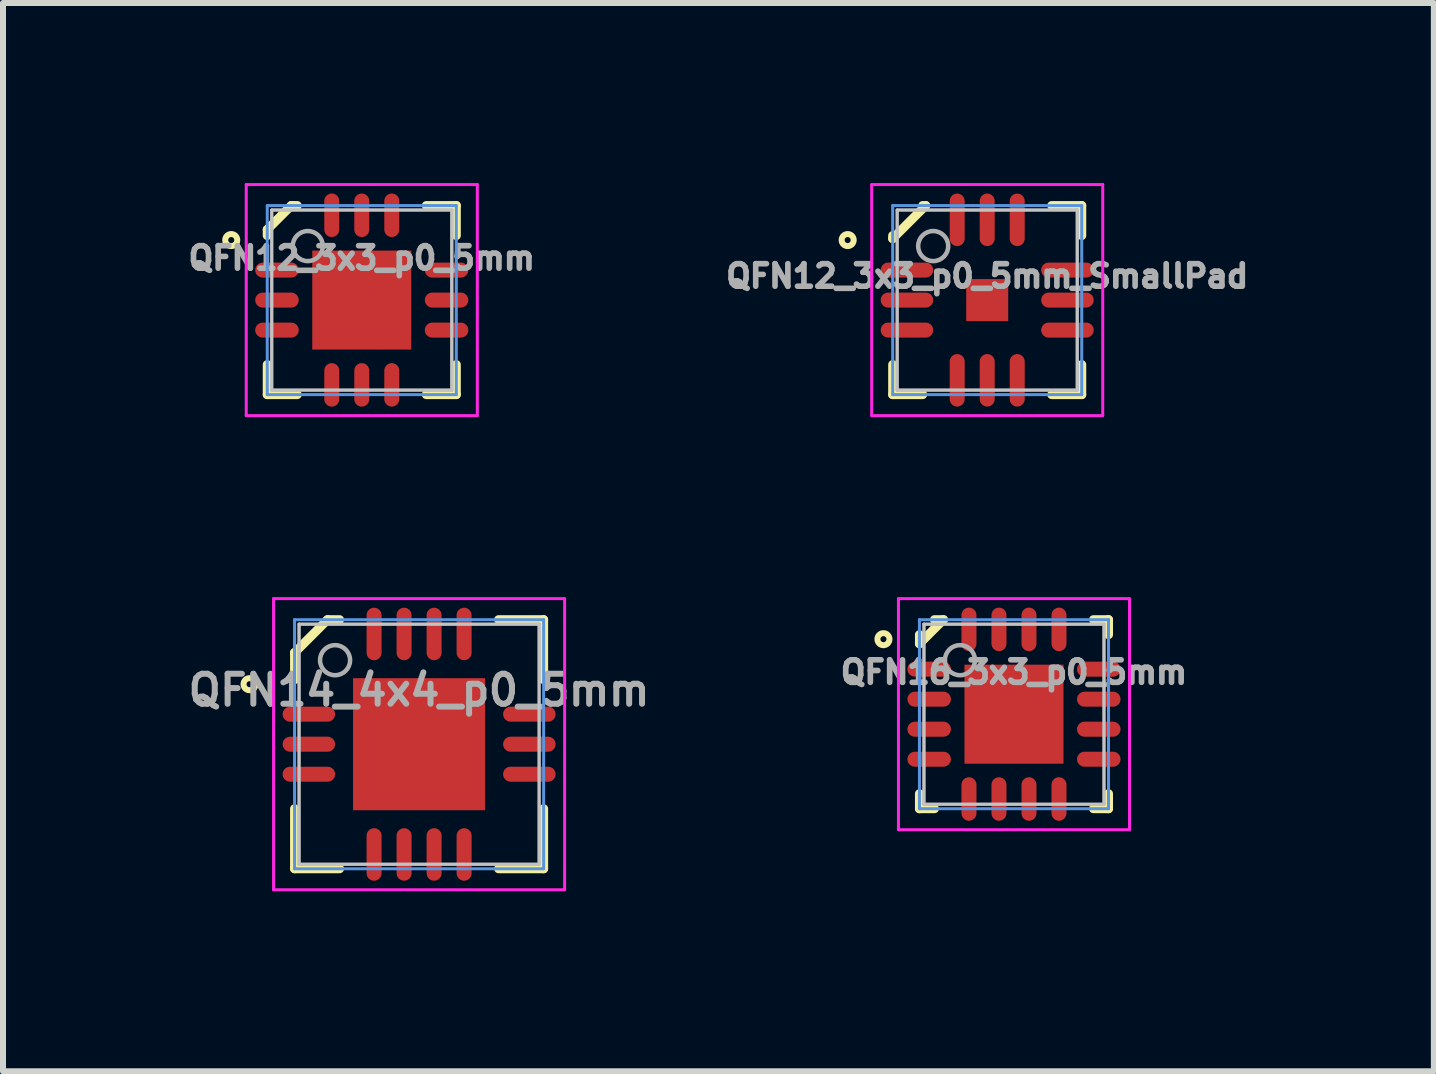
<source format=kicad_pcb>
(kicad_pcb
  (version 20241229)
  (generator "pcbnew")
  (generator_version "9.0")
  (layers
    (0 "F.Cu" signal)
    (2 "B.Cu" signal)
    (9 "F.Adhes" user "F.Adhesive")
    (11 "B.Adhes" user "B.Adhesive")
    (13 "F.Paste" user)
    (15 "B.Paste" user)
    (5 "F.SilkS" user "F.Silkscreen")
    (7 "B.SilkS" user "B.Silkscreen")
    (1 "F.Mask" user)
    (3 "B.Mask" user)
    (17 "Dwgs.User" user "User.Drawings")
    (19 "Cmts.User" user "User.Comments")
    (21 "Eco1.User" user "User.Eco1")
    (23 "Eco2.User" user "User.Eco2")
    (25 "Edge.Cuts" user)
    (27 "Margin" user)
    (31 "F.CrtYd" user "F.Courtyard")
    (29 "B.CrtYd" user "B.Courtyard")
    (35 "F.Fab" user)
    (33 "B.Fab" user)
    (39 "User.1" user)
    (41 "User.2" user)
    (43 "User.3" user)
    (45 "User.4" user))
  (footprint "QFN12_3x3_p0_5mm"
    (layer "F.Cu")
    (at 2.978 1.95)
    (property "Reference" "QFN12_3x3_p0_5mm" (at 0 -0.7 0) (layer "F.Fab") (effects (font (size 0.375 0.375) (thickness 0.1))))
    (attr through_hole)
    (fp_line (start -1.575 -1.175) (end -1.575 -1.075) (stroke (width 0.15) (type solid)) (layer "F.SilkS"))
    (fp_line (start -1.575 -1.175) (end -1.175 -1.575) (stroke (width 0.15) (type solid)) (layer "F.SilkS"))
    (fp_line (start -1.575 1.575) (end -1.575 1.075) (stroke (width 0.15) (type solid)) (layer "F.SilkS"))
    (fp_line (start -1.575 1.575) (end -1.075 1.575) (stroke (width 0.15) (type solid)) (layer "F.SilkS"))
    (fp_line (start -1.075 -1.575) (end -1.175 -1.575) (stroke (width 0.15) (type solid)) (layer "F.SilkS"))
    (fp_line (start 1.575 -1.575) (end 1.075 -1.575) (stroke (width 0.15) (type solid)) (layer "F.SilkS"))
    (fp_line (start 1.575 -1.575) (end 1.575 -1.075) (stroke (width 0.15) (type solid)) (layer "F.SilkS"))
    (fp_line (start 1.575 1.575) (end 1.075 1.575) (stroke (width 0.15) (type solid)) (layer "F.SilkS"))
    (fp_line (start 1.575 1.575) (end 1.575 1.075) (stroke (width 0.15) (type solid)) (layer "F.SilkS"))
    (fp_circle (center -2.175 -1) (end -2.104 -0.929) (stroke (width 0.1) (type solid)) (fill no) (layer "F.SilkS"))
    (fp_line (start -1.5 -1.5) (end -1.5 1.5) (stroke (width 0.05) (type solid)) (layer "Dwgs.User"))
    (fp_line (start -1.5 -1.5) (end 1.5 -1.5) (stroke (width 0.05) (type solid)) (layer "Dwgs.User"))
    (fp_line (start -1.5 1.5) (end 1.5 1.5) (stroke (width 0.05) (type solid)) (layer "Dwgs.User"))
    (fp_line (start 1.5 -1.5) (end 1.5 1.5) (stroke (width 0.05) (type solid)) (layer "Dwgs.User"))
    (fp_line (start -1.575 -1.575) (end -1.575 1.575) (stroke (width 0.05) (type solid)) (layer "Cmts.User"))
    (fp_line (start -1.575 -1.575) (end 1.575 -1.575) (stroke (width 0.05) (type solid)) (layer "Cmts.User"))
    (fp_line (start -1.575 1.575) (end 1.575 1.575) (stroke (width 0.05) (type solid)) (layer "Cmts.User"))
    (fp_line (start 1.575 -1.575) (end 1.575 1.575) (stroke (width 0.05) (type solid)) (layer "Cmts.User"))
    (fp_line (start -1.425 -1.425) (end -1.425 1.425) (stroke (width 0.05) (type solid)) (layer "Eco1.User"))
    (fp_line (start -1.425 -1.425) (end 1.425 -1.425) (stroke (width 0.05) (type solid)) (layer "Eco1.User"))
    (fp_line (start -1.425 1.425) (end 1.425 1.425) (stroke (width 0.05) (type solid)) (layer "Eco1.User"))
    (fp_line (start 1.425 -1.425) (end 1.425 1.425) (stroke (width 0.05) (type solid)) (layer "Eco1.User"))
    (fp_line (start -1.925 -1.925) (end -1.925 1.925) (stroke (width 0.05) (type solid)) (layer "F.CrtYd"))
    (fp_line (start -1.925 -1.925) (end 1.925 -1.925) (stroke (width 0.05) (type solid)) (layer "F.CrtYd"))
    (fp_line (start -1.925 1.925) (end 1.925 1.925) (stroke (width 0.05) (type solid)) (layer "F.CrtYd"))
    (fp_line (start 1.925 -1.925) (end 1.925 1.925) (stroke (width 0.05) (type solid)) (layer "F.CrtYd"))
    (fp_line (start -1.5 -1.5) (end -1.5 1.5) (stroke (width 0.05) (type solid)) (layer "F.Fab"))
    (fp_line (start -1.5 -1.5) (end 1.5 -1.5) (stroke (width 0.05) (type solid)) (layer "F.Fab"))
    (fp_line (start -1.5 1.5) (end 1.5 1.5) (stroke (width 0.05) (type solid)) (layer "F.Fab"))
    (fp_line (start 1.5 -1.5) (end 1.5 1.5) (stroke (width 0.05) (type solid)) (layer "F.Fab"))
    (fp_circle (center -0.9 -0.9) (end -0.723 -0.723) (stroke (width 0.075) (type solid)) (fill no) (layer "F.Fab"))
    (pad "1" smd oval (at -1.413 -0.5 180) (size 0.725 0.25) (layers "F.Cu" "F.Mask" "F.Paste"))
    (pad "2" smd oval (at -1.413 0 180) (size 0.725 0.25) (layers "F.Cu" "F.Mask" "F.Paste"))
    (pad "3" smd oval (at -1.413 0.5 180) (size 0.725 0.25) (layers "F.Cu" "F.Mask" "F.Paste"))
    (pad "4" smd oval (at -0.5 1.413 270) (size 0.725 0.25) (layers "F.Cu" "F.Mask" "F.Paste"))
    (pad "5" smd oval (at 0 1.413 270) (size 0.725 0.25) (layers "F.Cu" "F.Mask" "F.Paste"))
    (pad "6" smd oval (at 0.5 1.413 270) (size 0.725 0.25) (layers "F.Cu" "F.Mask" "F.Paste"))
    (pad "7" smd oval (at 1.413 0.5) (size 0.725 0.25) (layers "F.Cu" "F.Mask" "F.Paste"))
    (pad "8" smd oval (at 1.413 0) (size 0.725 0.25) (layers "F.Cu" "F.Mask" "F.Paste"))
    (pad "9" smd oval (at 1.413 -0.5) (size 0.725 0.25) (layers "F.Cu" "F.Mask" "F.Paste"))
    (pad "10" smd oval (at 0.5 -1.413 90) (size 0.725 0.25) (layers "F.Cu" "F.Mask" "F.Paste"))
    (pad "11" smd oval (at 0 -1.413 90) (size 0.725 0.25) (layers "F.Cu" "F.Mask" "F.Paste"))
    (pad "12" smd oval (at -0.5 -1.413 90) (size 0.725 0.25) (layers "F.Cu" "F.Mask" "F.Paste"))
    (pad "13" smd rect (at 0 0) (size 1.65 1.65) (layers "F.Cu" "F.Mask" "F.Paste")))
  (footprint "QFN12_3x3_p0_5mm_SmallPad"
    (layer "F.Cu")
    (at 13.399 1.95)
    (property "Reference" "QFN12_3x3_p0_5mm_SmallPad" (at 0 -0.4 0) (layer "F.Fab") (effects (font (size 0.375 0.375) (thickness 0.1))))
    (attr through_hole)
    (fp_line (start -1.575 -1.025) (end -1.575 -1.075) (stroke (width 0.15) (type solid)) (layer "F.SilkS"))
    (fp_line (start -1.575 -1.025) (end -1.025 -1.575) (stroke (width 0.15) (type solid)) (layer "F.SilkS"))
    (fp_line (start -1.575 1.575) (end -1.575 1.075) (stroke (width 0.15) (type solid)) (layer "F.SilkS"))
    (fp_line (start -1.575 1.575) (end -1.075 1.575) (stroke (width 0.15) (type solid)) (layer "F.SilkS"))
    (fp_line (start -1.075 -1.575) (end -1.025 -1.575) (stroke (width 0.15) (type solid)) (layer "F.SilkS"))
    (fp_line (start 1.575 -1.575) (end 1.075 -1.575) (stroke (width 0.15) (type solid)) (layer "F.SilkS"))
    (fp_line (start 1.575 -1.575) (end 1.575 -1.075) (stroke (width 0.15) (type solid)) (layer "F.SilkS"))
    (fp_line (start 1.575 1.575) (end 1.075 1.575) (stroke (width 0.15) (type solid)) (layer "F.SilkS"))
    (fp_line (start 1.575 1.575) (end 1.575 1.075) (stroke (width 0.15) (type solid)) (layer "F.SilkS"))
    (fp_circle (center -2.325 -1) (end -2.254 -0.929) (stroke (width 0.1) (type solid)) (fill no) (layer "F.SilkS"))
    (fp_line (start -1.5 -1.5) (end -1.5 1.5) (stroke (width 0.05) (type solid)) (layer "Dwgs.User"))
    (fp_line (start -1.5 -1.5) (end 1.5 -1.5) (stroke (width 0.05) (type solid)) (layer "Dwgs.User"))
    (fp_line (start -1.5 1.5) (end 1.5 1.5) (stroke (width 0.05) (type solid)) (layer "Dwgs.User"))
    (fp_line (start 1.5 -1.5) (end 1.5 1.5) (stroke (width 0.05) (type solid)) (layer "Dwgs.User"))
    (fp_line (start -1.575 -1.575) (end -1.575 1.575) (stroke (width 0.05) (type solid)) (layer "Cmts.User"))
    (fp_line (start -1.575 -1.575) (end 1.575 -1.575) (stroke (width 0.05) (type solid)) (layer "Cmts.User"))
    (fp_line (start -1.575 1.575) (end 1.575 1.575) (stroke (width 0.05) (type solid)) (layer "Cmts.User"))
    (fp_line (start 1.575 -1.575) (end 1.575 1.575) (stroke (width 0.05) (type solid)) (layer "Cmts.User"))
    (fp_line (start -1.425 -1.425) (end -1.425 1.425) (stroke (width 0.05) (type solid)) (layer "Eco1.User"))
    (fp_line (start -1.425 -1.425) (end 1.425 -1.425) (stroke (width 0.05) (type solid)) (layer "Eco1.User"))
    (fp_line (start -1.425 1.425) (end 1.425 1.425) (stroke (width 0.05) (type solid)) (layer "Eco1.User"))
    (fp_line (start 1.425 -1.425) (end 1.425 1.425) (stroke (width 0.05) (type solid)) (layer "Eco1.User"))
    (fp_line (start -1.925 -1.925) (end -1.925 1.925) (stroke (width 0.05) (type solid)) (layer "F.CrtYd"))
    (fp_line (start -1.925 -1.925) (end 1.925 -1.925) (stroke (width 0.05) (type solid)) (layer "F.CrtYd"))
    (fp_line (start -1.925 1.925) (end 1.925 1.925) (stroke (width 0.05) (type solid)) (layer "F.CrtYd"))
    (fp_line (start 1.925 -1.925) (end 1.925 1.925) (stroke (width 0.05) (type solid)) (layer "F.CrtYd"))
    (fp_line (start -1.5 -1.5) (end -1.5 1.5) (stroke (width 0.05) (type solid)) (layer "F.Fab"))
    (fp_line (start -1.5 -1.5) (end 1.5 -1.5) (stroke (width 0.05) (type solid)) (layer "F.Fab"))
    (fp_line (start -1.5 1.5) (end 1.5 1.5) (stroke (width 0.05) (type solid)) (layer "F.Fab"))
    (fp_line (start 1.5 -1.5) (end 1.5 1.5) (stroke (width 0.05) (type solid)) (layer "F.Fab"))
    (fp_circle (center -0.9 -0.9) (end -0.723 -0.723) (stroke (width 0.075) (type solid)) (fill no) (layer "F.Fab"))
    (pad "1" smd oval (at -1.337 -0.5 180) (size 0.875 0.25) (layers "F.Cu" "F.Mask" "F.Paste"))
    (pad "2" smd oval (at -1.337 0 180) (size 0.875 0.25) (layers "F.Cu" "F.Mask" "F.Paste"))
    (pad "3" smd oval (at -1.337 0.5 180) (size 0.875 0.25) (layers "F.Cu" "F.Mask" "F.Paste"))
    (pad "4" smd oval (at -0.5 1.337 270) (size 0.875 0.25) (layers "F.Cu" "F.Mask" "F.Paste"))
    (pad "5" smd oval (at 0 1.337 270) (size 0.875 0.25) (layers "F.Cu" "F.Mask" "F.Paste"))
    (pad "6" smd oval (at 0.5 1.337 270) (size 0.875 0.25) (layers "F.Cu" "F.Mask" "F.Paste"))
    (pad "7" smd oval (at 1.337 0.5) (size 0.875 0.25) (layers "F.Cu" "F.Mask" "F.Paste"))
    (pad "8" smd oval (at 1.337 0) (size 0.875 0.25) (layers "F.Cu" "F.Mask" "F.Paste"))
    (pad "9" smd oval (at 1.337 -0.5) (size 0.875 0.25) (layers "F.Cu" "F.Mask" "F.Paste"))
    (pad "10" smd oval (at 0.5 -1.337 90) (size 0.875 0.25) (layers "F.Cu" "F.Mask" "F.Paste"))
    (pad "11" smd oval (at 0 -1.337 90) (size 0.875 0.25) (layers "F.Cu" "F.Mask" "F.Paste"))
    (pad "12" smd oval (at -0.5 -1.337 90) (size 0.875 0.25) (layers "F.Cu" "F.Mask" "F.Paste"))
    (pad "13" smd rect (at 0 0) (size 0.7 0.7) (layers "F.Cu" "F.Mask" "F.Paste")))
  (footprint "QFN14_4x4_p0_5mm"
    (layer "F.Cu")
    (at 3.933 9.35)
    (property "Reference" "QFN14_4x4_p0_5mm" (at 0 -0.9 0) (layer "F.Fab") (effects (font (size 0.5 0.5) (thickness 0.1))))
    (attr through_hole)
    (fp_line (start -2.075 -1.525) (end -2.075 -1.075) (stroke (width 0.15) (type solid)) (layer "F.SilkS"))
    (fp_line (start -2.075 -1.525) (end -1.525 -2.075) (stroke (width 0.15) (type solid)) (layer "F.SilkS"))
    (fp_line (start -2.075 2.075) (end -2.075 1.075) (stroke (width 0.15) (type solid)) (layer "F.SilkS"))
    (fp_line (start -2.075 2.075) (end -1.325 2.075) (stroke (width 0.15) (type solid)) (layer "F.SilkS"))
    (fp_line (start -1.325 -2.075) (end -1.525 -2.075) (stroke (width 0.15) (type solid)) (layer "F.SilkS"))
    (fp_line (start 2.075 -2.075) (end 1.325 -2.075) (stroke (width 0.15) (type solid)) (layer "F.SilkS"))
    (fp_line (start 2.075 -2.075) (end 2.075 -1.075) (stroke (width 0.15) (type solid)) (layer "F.SilkS"))
    (fp_line (start 2.075 2.075) (end 1.325 2.075) (stroke (width 0.15) (type solid)) (layer "F.SilkS"))
    (fp_line (start 2.075 2.075) (end 2.075 1.075) (stroke (width 0.15) (type solid)) (layer "F.SilkS"))
    (fp_circle (center -2.825 -1) (end -2.754 -0.929) (stroke (width 0.1) (type solid)) (fill no) (layer "F.SilkS"))
    (fp_line (start -2 -2) (end -2 2) (stroke (width 0.05) (type solid)) (layer "Dwgs.User"))
    (fp_line (start -2 -2) (end 2 -2) (stroke (width 0.05) (type solid)) (layer "Dwgs.User"))
    (fp_line (start -2 2) (end 2 2) (stroke (width 0.05) (type solid)) (layer "Dwgs.User"))
    (fp_line (start 2 -2) (end 2 2) (stroke (width 0.05) (type solid)) (layer "Dwgs.User"))
    (fp_line (start -2.075 -2.075) (end -2.075 2.075) (stroke (width 0.05) (type solid)) (layer "Cmts.User"))
    (fp_line (start -2.075 -2.075) (end 2.075 -2.075) (stroke (width 0.05) (type solid)) (layer "Cmts.User"))
    (fp_line (start -2.075 2.075) (end 2.075 2.075) (stroke (width 0.05) (type solid)) (layer "Cmts.User"))
    (fp_line (start 2.075 -2.075) (end 2.075 2.075) (stroke (width 0.05) (type solid)) (layer "Cmts.User"))
    (fp_line (start -1.925 -1.925) (end -1.925 1.925) (stroke (width 0.05) (type solid)) (layer "Eco1.User"))
    (fp_line (start -1.925 -1.925) (end 1.925 -1.925) (stroke (width 0.05) (type solid)) (layer "Eco1.User"))
    (fp_line (start -1.925 1.925) (end 1.925 1.925) (stroke (width 0.05) (type solid)) (layer "Eco1.User"))
    (fp_line (start 1.925 -1.925) (end 1.925 1.925) (stroke (width 0.05) (type solid)) (layer "Eco1.User"))
    (fp_line (start -2.425 -2.425) (end -2.425 2.425) (stroke (width 0.05) (type solid)) (layer "F.CrtYd"))
    (fp_line (start -2.425 -2.425) (end 2.425 -2.425) (stroke (width 0.05) (type solid)) (layer "F.CrtYd"))
    (fp_line (start -2.425 2.425) (end 2.425 2.425) (stroke (width 0.05) (type solid)) (layer "F.CrtYd"))
    (fp_line (start 2.425 -2.425) (end 2.425 2.425) (stroke (width 0.05) (type solid)) (layer "F.CrtYd"))
    (fp_line (start -2 -2) (end -2 2) (stroke (width 0.05) (type solid)) (layer "F.Fab"))
    (fp_line (start -2 -2) (end 2 -2) (stroke (width 0.05) (type solid)) (layer "F.Fab"))
    (fp_line (start -2 2) (end 2 2) (stroke (width 0.05) (type solid)) (layer "F.Fab"))
    (fp_line (start 2 -2) (end 2 2) (stroke (width 0.05) (type solid)) (layer "F.Fab"))
    (fp_circle (center -1.4 -1.4) (end -1.223 -1.223) (stroke (width 0.075) (type solid)) (fill no) (layer "F.Fab"))
    (pad "1" smd oval (at -1.837 -0.5 180) (size 0.875 0.25) (layers "F.Cu" "F.Mask" "F.Paste"))
    (pad "2" smd oval (at -1.837 0 180) (size 0.875 0.25) (layers "F.Cu" "F.Mask" "F.Paste"))
    (pad "3" smd oval (at -1.837 0.5 180) (size 0.875 0.25) (layers "F.Cu" "F.Mask" "F.Paste"))
    (pad "4" smd oval (at -0.75 1.837 270) (size 0.875 0.25) (layers "F.Cu" "F.Mask" "F.Paste"))
    (pad "5" smd oval (at -0.25 1.837 270) (size 0.875 0.25) (layers "F.Cu" "F.Mask" "F.Paste"))
    (pad "6" smd oval (at 0.25 1.837 270) (size 0.875 0.25) (layers "F.Cu" "F.Mask" "F.Paste"))
    (pad "7" smd oval (at 0.75 1.837 270) (size 0.875 0.25) (layers "F.Cu" "F.Mask" "F.Paste"))
    (pad "8" smd oval (at 1.837 0.5) (size 0.875 0.25) (layers "F.Cu" "F.Mask" "F.Paste"))
    (pad "9" smd oval (at 1.837 0) (size 0.875 0.25) (layers "F.Cu" "F.Mask" "F.Paste"))
    (pad "10" smd oval (at 1.837 -0.5) (size 0.875 0.25) (layers "F.Cu" "F.Mask" "F.Paste"))
    (pad "11" smd oval (at 0.75 -1.837 90) (size 0.875 0.25) (layers "F.Cu" "F.Mask" "F.Paste"))
    (pad "12" smd oval (at 0.25 -1.837 90) (size 0.875 0.25) (layers "F.Cu" "F.Mask" "F.Paste"))
    (pad "13" smd oval (at -0.25 -1.837 90) (size 0.875 0.25) (layers "F.Cu" "F.Mask" "F.Paste"))
    (pad "14" smd oval (at -0.75 -1.837 90) (size 0.875 0.25) (layers "F.Cu" "F.Mask" "F.Paste"))
    (pad "15" smd rect (at 0 0) (size 2.2 2.2) (layers "F.Cu" "F.Mask" "F.Paste")))
  (footprint "QFN16_3x3_p0_5mm"
    (layer "F.Cu")
    (at 13.845 8.85)
    (property "Reference" "QFN16_3x3_p0_5mm" (at 0 -0.7 0) (layer "F.Fab") (effects (font (size 0.375 0.375) (thickness 0.1))))
    (attr through_hole)
    (fp_line (start -1.575 -1.175) (end -1.575 -1.325) (stroke (width 0.15) (type solid)) (layer "F.SilkS"))
    (fp_line (start -1.575 -1.175) (end -1.175 -1.575) (stroke (width 0.15) (type solid)) (layer "F.SilkS"))
    (fp_line (start -1.575 1.575) (end -1.575 1.325) (stroke (width 0.15) (type solid)) (layer "F.SilkS"))
    (fp_line (start -1.575 1.575) (end -1.325 1.575) (stroke (width 0.15) (type solid)) (layer "F.SilkS"))
    (fp_line (start -1.325 -1.575) (end -1.175 -1.575) (stroke (width 0.15) (type solid)) (layer "F.SilkS"))
    (fp_line (start 1.575 -1.575) (end 1.325 -1.575) (stroke (width 0.15) (type solid)) (layer "F.SilkS"))
    (fp_line (start 1.575 -1.575) (end 1.575 -1.325) (stroke (width 0.15) (type solid)) (layer "F.SilkS"))
    (fp_line (start 1.575 1.575) (end 1.325 1.575) (stroke (width 0.15) (type solid)) (layer "F.SilkS"))
    (fp_line (start 1.575 1.575) (end 1.575 1.325) (stroke (width 0.15) (type solid)) (layer "F.SilkS"))
    (fp_circle (center -2.175 -1.25) (end -2.104 -1.179) (stroke (width 0.1) (type solid)) (fill no) (layer "F.SilkS"))
    (fp_line (start -1.5 -1.5) (end -1.5 1.5) (stroke (width 0.05) (type solid)) (layer "Dwgs.User"))
    (fp_line (start -1.5 -1.5) (end 1.5 -1.5) (stroke (width 0.05) (type solid)) (layer "Dwgs.User"))
    (fp_line (start -1.5 1.5) (end 1.5 1.5) (stroke (width 0.05) (type solid)) (layer "Dwgs.User"))
    (fp_line (start 1.5 -1.5) (end 1.5 1.5) (stroke (width 0.05) (type solid)) (layer "Dwgs.User"))
    (fp_line (start -1.575 -1.575) (end -1.575 1.575) (stroke (width 0.05) (type solid)) (layer "Cmts.User"))
    (fp_line (start -1.575 -1.575) (end 1.575 -1.575) (stroke (width 0.05) (type solid)) (layer "Cmts.User"))
    (fp_line (start -1.575 1.575) (end 1.575 1.575) (stroke (width 0.05) (type solid)) (layer "Cmts.User"))
    (fp_line (start 1.575 -1.575) (end 1.575 1.575) (stroke (width 0.05) (type solid)) (layer "Cmts.User"))
    (fp_line (start -1.425 -1.425) (end -1.425 1.425) (stroke (width 0.05) (type solid)) (layer "Eco1.User"))
    (fp_line (start -1.425 -1.425) (end 1.425 -1.425) (stroke (width 0.05) (type solid)) (layer "Eco1.User"))
    (fp_line (start -1.425 1.425) (end 1.425 1.425) (stroke (width 0.05) (type solid)) (layer "Eco1.User"))
    (fp_line (start 1.425 -1.425) (end 1.425 1.425) (stroke (width 0.05) (type solid)) (layer "Eco1.User"))
    (fp_line (start -1.925 -1.925) (end -1.925 1.925) (stroke (width 0.05) (type solid)) (layer "F.CrtYd"))
    (fp_line (start -1.925 -1.925) (end 1.925 -1.925) (stroke (width 0.05) (type solid)) (layer "F.CrtYd"))
    (fp_line (start -1.925 1.925) (end 1.925 1.925) (stroke (width 0.05) (type solid)) (layer "F.CrtYd"))
    (fp_line (start 1.925 -1.925) (end 1.925 1.925) (stroke (width 0.05) (type solid)) (layer "F.CrtYd"))
    (fp_line (start -1.5 -1.5) (end -1.5 1.5) (stroke (width 0.05) (type solid)) (layer "F.Fab"))
    (fp_line (start -1.5 -1.5) (end 1.5 -1.5) (stroke (width 0.05) (type solid)) (layer "F.Fab"))
    (fp_line (start -1.5 1.5) (end 1.5 1.5) (stroke (width 0.05) (type solid)) (layer "F.Fab"))
    (fp_line (start 1.5 -1.5) (end 1.5 1.5) (stroke (width 0.05) (type solid)) (layer "F.Fab"))
    (fp_circle (center -0.9 -0.9) (end -0.723 -0.723) (stroke (width 0.075) (type solid)) (fill no) (layer "F.Fab"))
    (pad "1" smd oval (at -1.413 -0.75 180) (size 0.725 0.25) (layers "F.Cu" "F.Mask" "F.Paste"))
    (pad "2" smd oval (at -1.413 -0.25 180) (size 0.725 0.25) (layers "F.Cu" "F.Mask" "F.Paste"))
    (pad "3" smd oval (at -1.413 0.25 180) (size 0.725 0.25) (layers "F.Cu" "F.Mask" "F.Paste"))
    (pad "4" smd oval (at -1.413 0.75 180) (size 0.725 0.25) (layers "F.Cu" "F.Mask" "F.Paste"))
    (pad "5" smd oval (at -0.75 1.413 270) (size 0.725 0.25) (layers "F.Cu" "F.Mask" "F.Paste"))
    (pad "6" smd oval (at -0.25 1.413 270) (size 0.725 0.25) (layers "F.Cu" "F.Mask" "F.Paste"))
    (pad "7" smd oval (at 0.25 1.413 270) (size 0.725 0.25) (layers "F.Cu" "F.Mask" "F.Paste"))
    (pad "8" smd oval (at 0.75 1.413 270) (size 0.725 0.25) (layers "F.Cu" "F.Mask" "F.Paste"))
    (pad "9" smd oval (at 1.413 0.75) (size 0.725 0.25) (layers "F.Cu" "F.Mask" "F.Paste"))
    (pad "10" smd oval (at 1.413 0.25) (size 0.725 0.25) (layers "F.Cu" "F.Mask" "F.Paste"))
    (pad "11" smd oval (at 1.413 -0.25) (size 0.725 0.25) (layers "F.Cu" "F.Mask" "F.Paste"))
    (pad "12" smd oval (at 1.413 -0.75) (size 0.725 0.25) (layers "F.Cu" "F.Mask" "F.Paste"))
    (pad "13" smd oval (at 0.75 -1.413 90) (size 0.725 0.25) (layers "F.Cu" "F.Mask" "F.Paste"))
    (pad "14" smd oval (at 0.25 -1.413 90) (size 0.725 0.25) (layers "F.Cu" "F.Mask" "F.Paste"))
    (pad "15" smd oval (at -0.25 -1.413 90) (size 0.725 0.25) (layers "F.Cu" "F.Mask" "F.Paste"))
    (pad "16" smd oval (at -0.75 -1.413 90) (size 0.725 0.25) (layers "F.Cu" "F.Mask" "F.Paste"))
    (pad "17" smd rect (at 0 0) (size 1.65 1.65) (layers "F.Cu" "F.Mask" "F.Paste")))
  (gr_rect
    (start -3 -3)
    (end 20.841 14.8)
    (stroke (width 0.1) (type default))
    (fill no)
    (layer "Edge.Cuts")))
</source>
